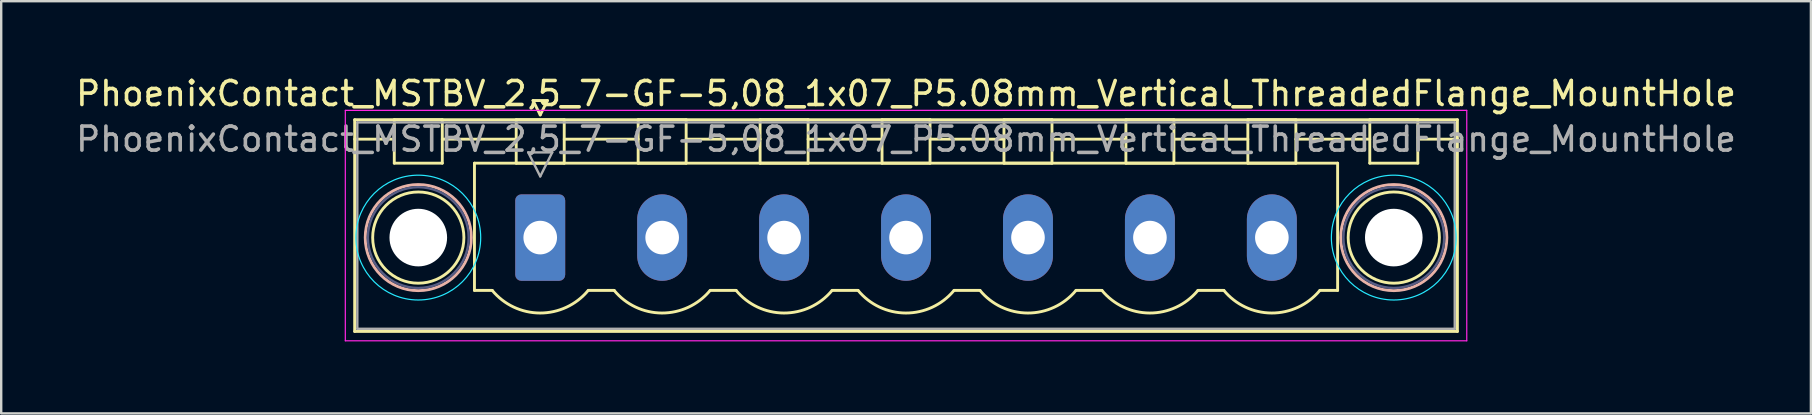
<source format=kicad_pcb>
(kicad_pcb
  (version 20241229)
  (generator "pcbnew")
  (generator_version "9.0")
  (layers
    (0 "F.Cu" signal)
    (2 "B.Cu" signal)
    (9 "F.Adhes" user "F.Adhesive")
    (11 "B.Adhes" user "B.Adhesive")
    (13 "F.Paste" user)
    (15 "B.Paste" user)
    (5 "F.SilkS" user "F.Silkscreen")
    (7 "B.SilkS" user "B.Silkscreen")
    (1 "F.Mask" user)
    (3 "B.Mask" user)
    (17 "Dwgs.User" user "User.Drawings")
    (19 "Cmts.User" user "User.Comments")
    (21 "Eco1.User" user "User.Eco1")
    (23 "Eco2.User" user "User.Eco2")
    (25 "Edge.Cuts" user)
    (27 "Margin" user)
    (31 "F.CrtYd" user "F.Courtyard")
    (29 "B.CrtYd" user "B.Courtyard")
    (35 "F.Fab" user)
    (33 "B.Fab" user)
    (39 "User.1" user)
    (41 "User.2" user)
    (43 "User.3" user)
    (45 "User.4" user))
  (footprint "PhoenixContact_MSTBV_2,5_7-GF-5,08_1x07_P5.08mm_Vertical_ThreadedFlange_MountHole"
    (layer "F.Cu")
    (at 19.456 6.848)
    (property "Reference" "PhoenixContact_MSTBV_2,5_7-GF-5,08_1x07_P5.08mm_Vertical_ThreadedFlange_MountHole" (at 15.24 -6 0) (layer "F.SilkS") (effects (font (size 1 1) (thickness 0.15))))
    (attr through_hole)
    (fp_line (start -7.73 -4.91) (end -7.73 3.91) (stroke (width 0.12) (type solid)) (layer "F.SilkS"))
    (fp_line (start -7.73 -4.1) (end -6.19 -4.1) (stroke (width 0.12) (type solid)) (layer "F.SilkS"))
    (fp_line (start -7.73 3.91) (end 38.21 3.91) (stroke (width 0.12) (type solid)) (layer "F.SilkS"))
    (fp_line (start -6.08 -4.91) (end -4.08 -4.91) (stroke (width 0.12) (type solid)) (layer "F.SilkS"))
    (fp_line (start -6.08 -3.1) (end -6.08 -4.91) (stroke (width 0.12) (type solid)) (layer "F.SilkS"))
    (fp_line (start -4.08 -4.91) (end -4.08 -3.1) (stroke (width 0.12) (type solid)) (layer "F.SilkS"))
    (fp_line (start -4.08 -4.1) (end -1 -4.1) (stroke (width 0.12) (type solid)) (layer "F.SilkS"))
    (fp_line (start -4.08 -3.1) (end -6.08 -3.1) (stroke (width 0.12) (type solid)) (layer "F.SilkS"))
    (fp_line (start -2.74 -3.1) (end 33.22 -3.1) (stroke (width 0.12) (type solid)) (layer "F.SilkS"))
    (fp_line (start -2.74 2.2) (end -2.74 -3.1) (stroke (width 0.12) (type solid)) (layer "F.SilkS"))
    (fp_line (start -2 2.2) (end -2.74 2.2) (stroke (width 0.12) (type solid)) (layer "F.SilkS"))
    (fp_line (start -1 -4.91) (end 1 -4.91) (stroke (width 0.12) (type solid)) (layer "F.SilkS"))
    (fp_line (start -1 -3.1) (end -1 -4.91) (stroke (width 0.12) (type solid)) (layer "F.SilkS"))
    (fp_line (start -0.3 -5.71) (end 0.3 -5.71) (stroke (width 0.12) (type solid)) (layer "F.SilkS"))
    (fp_line (start 0 -5.11) (end -0.3 -5.71) (stroke (width 0.12) (type solid)) (layer "F.SilkS"))
    (fp_line (start 0.3 -5.71) (end 0 -5.11) (stroke (width 0.12) (type solid)) (layer "F.SilkS"))
    (fp_line (start 1 -4.91) (end 1 -3.1) (stroke (width 0.12) (type solid)) (layer "F.SilkS"))
    (fp_line (start 1 -4.1) (end 4.08 -4.1) (stroke (width 0.12) (type solid)) (layer "F.SilkS"))
    (fp_line (start 1 -3.1) (end -1 -3.1) (stroke (width 0.12) (type solid)) (layer "F.SilkS"))
    (fp_line (start 2 2.2) (end 3.08 2.2) (stroke (width 0.12) (type solid)) (layer "F.SilkS"))
    (fp_line (start 4.08 -4.91) (end 6.08 -4.91) (stroke (width 0.12) (type solid)) (layer "F.SilkS"))
    (fp_line (start 4.08 -3.1) (end 4.08 -4.91) (stroke (width 0.12) (type solid)) (layer "F.SilkS"))
    (fp_line (start 6.08 -4.91) (end 6.08 -3.1) (stroke (width 0.12) (type solid)) (layer "F.SilkS"))
    (fp_line (start 6.08 -4.1) (end 9.16 -4.1) (stroke (width 0.12) (type solid)) (layer "F.SilkS"))
    (fp_line (start 6.08 -3.1) (end 4.08 -3.1) (stroke (width 0.12) (type solid)) (layer "F.SilkS"))
    (fp_line (start 7.08 2.2) (end 8.16 2.2) (stroke (width 0.12) (type solid)) (layer "F.SilkS"))
    (fp_line (start 9.16 -4.91) (end 11.16 -4.91) (stroke (width 0.12) (type solid)) (layer "F.SilkS"))
    (fp_line (start 9.16 -3.1) (end 9.16 -4.91) (stroke (width 0.12) (type solid)) (layer "F.SilkS"))
    (fp_line (start 11.16 -4.91) (end 11.16 -3.1) (stroke (width 0.12) (type solid)) (layer "F.SilkS"))
    (fp_line (start 11.16 -4.1) (end 14.24 -4.1) (stroke (width 0.12) (type solid)) (layer "F.SilkS"))
    (fp_line (start 11.16 -3.1) (end 9.16 -3.1) (stroke (width 0.12) (type solid)) (layer "F.SilkS"))
    (fp_line (start 12.16 2.2) (end 13.24 2.2) (stroke (width 0.12) (type solid)) (layer "F.SilkS"))
    (fp_line (start 14.24 -4.91) (end 16.24 -4.91) (stroke (width 0.12) (type solid)) (layer "F.SilkS"))
    (fp_line (start 14.24 -3.1) (end 14.24 -4.91) (stroke (width 0.12) (type solid)) (layer "F.SilkS"))
    (fp_line (start 16.24 -4.91) (end 16.24 -3.1) (stroke (width 0.12) (type solid)) (layer "F.SilkS"))
    (fp_line (start 16.24 -4.1) (end 19.32 -4.1) (stroke (width 0.12) (type solid)) (layer "F.SilkS"))
    (fp_line (start 16.24 -3.1) (end 14.24 -3.1) (stroke (width 0.12) (type solid)) (layer "F.SilkS"))
    (fp_line (start 17.24 2.2) (end 18.32 2.2) (stroke (width 0.12) (type solid)) (layer "F.SilkS"))
    (fp_line (start 19.32 -4.91) (end 21.32 -4.91) (stroke (width 0.12) (type solid)) (layer "F.SilkS"))
    (fp_line (start 19.32 -3.1) (end 19.32 -4.91) (stroke (width 0.12) (type solid)) (layer "F.SilkS"))
    (fp_line (start 21.32 -4.91) (end 21.32 -3.1) (stroke (width 0.12) (type solid)) (layer "F.SilkS"))
    (fp_line (start 21.32 -4.1) (end 24.4 -4.1) (stroke (width 0.12) (type solid)) (layer "F.SilkS"))
    (fp_line (start 21.32 -3.1) (end 19.32 -3.1) (stroke (width 0.12) (type solid)) (layer "F.SilkS"))
    (fp_line (start 22.32 2.2) (end 23.4 2.2) (stroke (width 0.12) (type solid)) (layer "F.SilkS"))
    (fp_line (start 24.4 -4.91) (end 26.4 -4.91) (stroke (width 0.12) (type solid)) (layer "F.SilkS"))
    (fp_line (start 24.4 -3.1) (end 24.4 -4.91) (stroke (width 0.12) (type solid)) (layer "F.SilkS"))
    (fp_line (start 26.4 -4.91) (end 26.4 -3.1) (stroke (width 0.12) (type solid)) (layer "F.SilkS"))
    (fp_line (start 26.4 -4.1) (end 29.48 -4.1) (stroke (width 0.12) (type solid)) (layer "F.SilkS"))
    (fp_line (start 26.4 -3.1) (end 24.4 -3.1) (stroke (width 0.12) (type solid)) (layer "F.SilkS"))
    (fp_line (start 27.4 2.2) (end 28.48 2.2) (stroke (width 0.12) (type solid)) (layer "F.SilkS"))
    (fp_line (start 29.48 -4.91) (end 31.48 -4.91) (stroke (width 0.12) (type solid)) (layer "F.SilkS"))
    (fp_line (start 29.48 -3.1) (end 29.48 -4.91) (stroke (width 0.12) (type solid)) (layer "F.SilkS"))
    (fp_line (start 31.48 -4.91) (end 31.48 -3.1) (stroke (width 0.12) (type solid)) (layer "F.SilkS"))
    (fp_line (start 31.48 -4.1) (end 34.56 -4.1) (stroke (width 0.12) (type solid)) (layer "F.SilkS"))
    (fp_line (start 31.48 -3.1) (end 29.48 -3.1) (stroke (width 0.12) (type solid)) (layer "F.SilkS"))
    (fp_line (start 33.22 -3.1) (end 33.22 2.2) (stroke (width 0.12) (type solid)) (layer "F.SilkS"))
    (fp_line (start 33.22 2.2) (end 32.48 2.2) (stroke (width 0.12) (type solid)) (layer "F.SilkS"))
    (fp_line (start 34.56 -4.91) (end 36.56 -4.91) (stroke (width 0.12) (type solid)) (layer "F.SilkS"))
    (fp_line (start 34.56 -3.1) (end 34.56 -4.91) (stroke (width 0.12) (type solid)) (layer "F.SilkS"))
    (fp_line (start 36.56 -4.91) (end 36.56 -3.1) (stroke (width 0.12) (type solid)) (layer "F.SilkS"))
    (fp_line (start 36.56 -3.1) (end 34.56 -3.1) (stroke (width 0.12) (type solid)) (layer "F.SilkS"))
    (fp_line (start 38.21 -4.91) (end -7.73 -4.91) (stroke (width 0.12) (type solid)) (layer "F.SilkS"))
    (fp_line (start 38.21 -4.1) (end 36.67 -4.1) (stroke (width 0.12) (type solid)) (layer "F.SilkS"))
    (fp_line (start 38.21 3.91) (end 38.21 -4.91) (stroke (width 0.12) (type solid)) (layer "F.SilkS"))
    (fp_arc (start 1.986842 2.215821) (mid -0.010289 3.142758) (end -2 2.2) (stroke (width 0.12) (type solid)) (layer "F.SilkS"))
    (fp_arc (start 7.066842 2.215821) (mid 5.069711 3.142758) (end 3.08 2.2) (stroke (width 0.12) (type solid)) (layer "F.SilkS"))
    (fp_arc (start 12.146842 2.215821) (mid 10.149711 3.142758) (end 8.16 2.2) (stroke (width 0.12) (type solid)) (layer "F.SilkS"))
    (fp_arc (start 17.226842 2.215821) (mid 15.229711 3.142758) (end 13.24 2.2) (stroke (width 0.12) (type solid)) (layer "F.SilkS"))
    (fp_arc (start 22.306842 2.215821) (mid 20.309711 3.142758) (end 18.32 2.2) (stroke (width 0.12) (type solid)) (layer "F.SilkS"))
    (fp_arc (start 27.386842 2.215821) (mid 25.389711 3.142758) (end 23.4 2.2) (stroke (width 0.12) (type solid)) (layer "F.SilkS"))
    (fp_arc (start 32.466842 2.215821) (mid 30.469711 3.142758) (end 28.48 2.2) (stroke (width 0.12) (type solid)) (layer "F.SilkS"))
    (fp_circle (center -5.08 0) (end -3.18 0) (stroke (width 0.12) (type solid)) (fill no) (layer "F.SilkS"))
    (fp_circle (center 35.56 0) (end 37.46 0) (stroke (width 0.12) (type solid)) (fill no) (layer "F.SilkS"))
    (fp_circle (center -5.08 0) (end -2.87 0) (stroke (width 0.12) (type solid)) (fill no) (layer "B.SilkS"))
    (fp_circle (center 35.56 0) (end 37.77 0) (stroke (width 0.12) (type solid)) (fill no) (layer "B.SilkS"))
    (fp_circle (center -5.08 0) (end -2.48 0) (stroke (width 0.05) (type solid)) (fill no) (layer "B.CrtYd"))
    (fp_circle (center 35.56 0) (end 38.16 0) (stroke (width 0.05) (type solid)) (fill no) (layer "B.CrtYd"))
    (fp_line (start -8.12 -5.3) (end -8.12 4.3) (stroke (width 0.05) (type solid)) (layer "F.CrtYd"))
    (fp_line (start -8.12 4.3) (end 38.6 4.3) (stroke (width 0.05) (type solid)) (layer "F.CrtYd"))
    (fp_line (start 38.6 -5.3) (end -8.12 -5.3) (stroke (width 0.05) (type solid)) (layer "F.CrtYd"))
    (fp_line (start 38.6 4.3) (end 38.6 -5.3) (stroke (width 0.05) (type solid)) (layer "F.CrtYd"))
    (fp_circle (center -5.08 0) (end -2.98 0) (stroke (width 0.1) (type solid)) (fill no) (layer "B.Fab"))
    (fp_circle (center 35.56 0) (end 37.66 0) (stroke (width 0.1) (type solid)) (fill no) (layer "B.Fab"))
    (fp_line (start -7.62 -4.8) (end -7.62 3.8) (stroke (width 0.1) (type solid)) (layer "F.Fab"))
    (fp_line (start -7.62 3.8) (end 38.1 3.8) (stroke (width 0.1) (type solid)) (layer "F.Fab"))
    (fp_line (start -0.5 -3.55) (end 0.5 -3.55) (stroke (width 0.1) (type solid)) (layer "F.Fab"))
    (fp_line (start 0 -2.55) (end -0.5 -3.55) (stroke (width 0.1) (type solid)) (layer "F.Fab"))
    (fp_line (start 0.5 -3.55) (end 0 -2.55) (stroke (width 0.1) (type solid)) (layer "F.Fab"))
    (fp_line (start 38.1 -4.8) (end -7.62 -4.8) (stroke (width 0.1) (type solid)) (layer "F.Fab"))
    (fp_line (start 38.1 3.8) (end 38.1 -4.8) (stroke (width 0.1) (type solid)) (layer "F.Fab"))
    (fp_text user "${REFERENCE}" (at 15.24 -4.1 0) (layer "F.Fab") (effects (font (size 1 1) (thickness 0.15))))
    (pad "" np_thru_hole circle (at -5.08 0) (size 2.4 2.4) (drill 2.4) (layers "*.Cu" "*.Mask"))
    (pad "" np_thru_hole circle (at 35.56 0) (size 2.4 2.4) (drill 2.4) (layers "*.Cu" "*.Mask"))
    (pad "1" thru_hole roundrect (at 0 0) (size 2.08 3.6) (drill 1.4) (layers "*.Cu" "*.Mask") (roundrect_rratio 0.12))
    (pad "2" thru_hole oval (at 5.08 0) (size 2.08 3.6) (drill 1.4) (layers "*.Cu" "*.Mask"))
    (pad "3" thru_hole oval (at 10.16 0) (size 2.08 3.6) (drill 1.4) (layers "*.Cu" "*.Mask"))
    (pad "4" thru_hole oval (at 15.24 0) (size 2.08 3.6) (drill 1.4) (layers "*.Cu" "*.Mask"))
    (pad "5" thru_hole oval (at 20.32 0) (size 2.08 3.6) (drill 1.4) (layers "*.Cu" "*.Mask"))
    (pad "6" thru_hole oval (at 25.4 0) (size 2.08 3.6) (drill 1.4) (layers "*.Cu" "*.Mask"))
    (pad "7" thru_hole oval (at 30.48 0) (size 2.08 3.6) (drill 1.4) (layers "*.Cu" "*.Mask")))
  (gr_rect
    (start -3 -3)
    (end 72.393 14.173)
    (stroke (width 0.1) (type default))
    (fill no)
    (layer "Edge.Cuts")))
</source>
